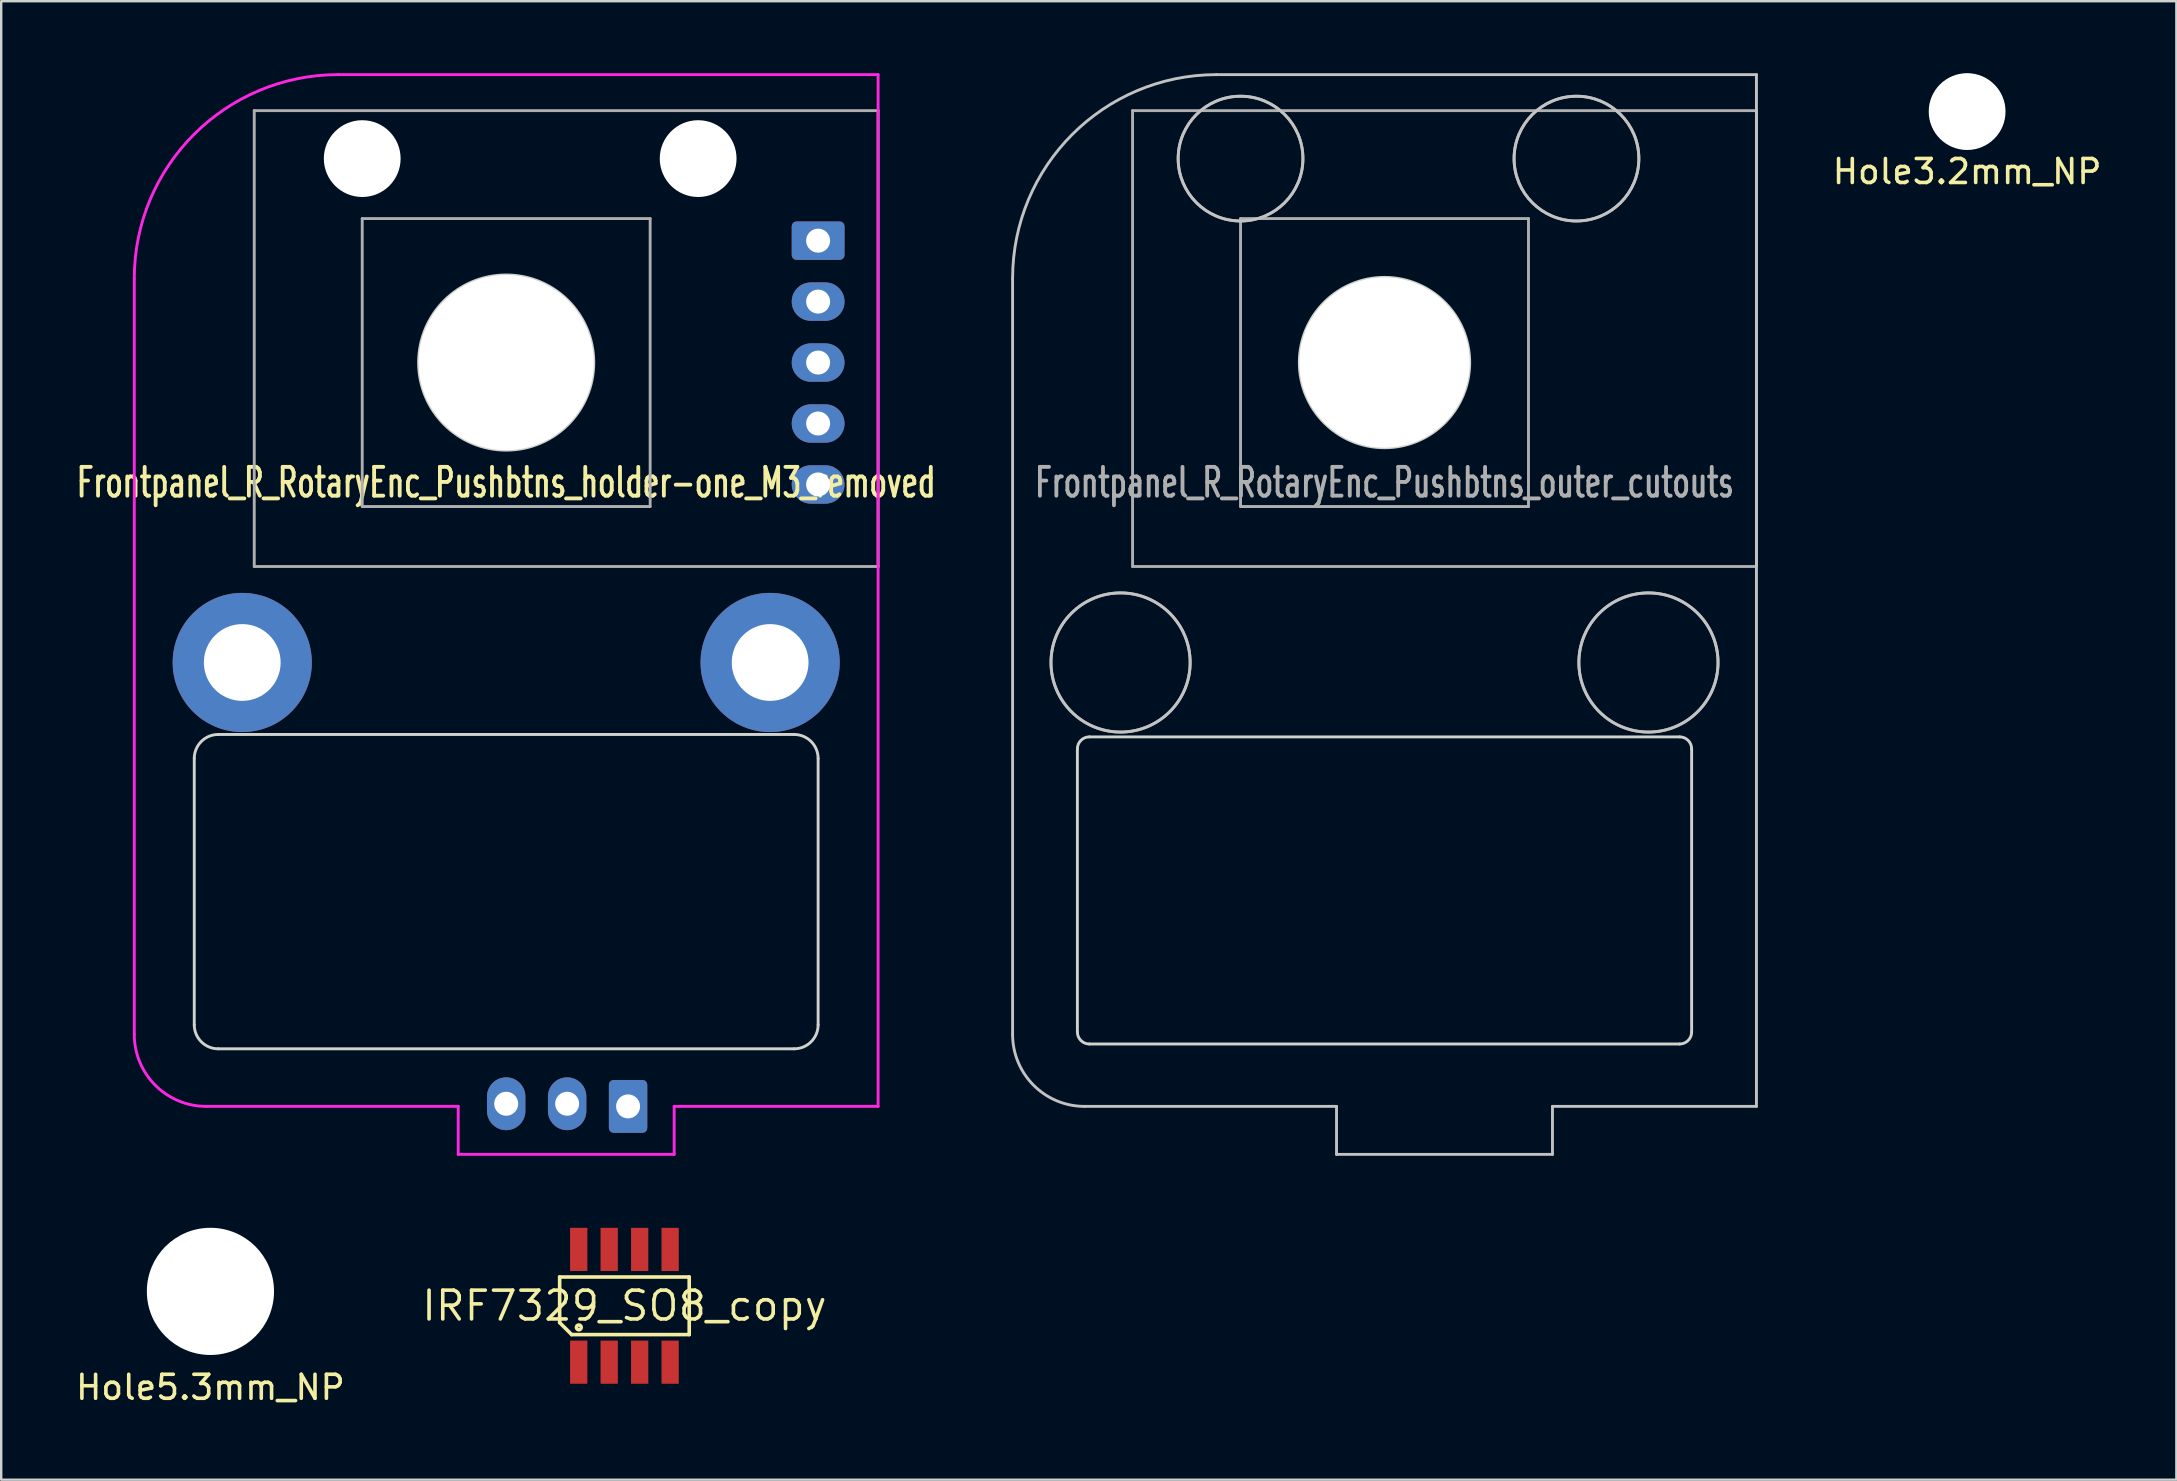
<source format=kicad_pcb>
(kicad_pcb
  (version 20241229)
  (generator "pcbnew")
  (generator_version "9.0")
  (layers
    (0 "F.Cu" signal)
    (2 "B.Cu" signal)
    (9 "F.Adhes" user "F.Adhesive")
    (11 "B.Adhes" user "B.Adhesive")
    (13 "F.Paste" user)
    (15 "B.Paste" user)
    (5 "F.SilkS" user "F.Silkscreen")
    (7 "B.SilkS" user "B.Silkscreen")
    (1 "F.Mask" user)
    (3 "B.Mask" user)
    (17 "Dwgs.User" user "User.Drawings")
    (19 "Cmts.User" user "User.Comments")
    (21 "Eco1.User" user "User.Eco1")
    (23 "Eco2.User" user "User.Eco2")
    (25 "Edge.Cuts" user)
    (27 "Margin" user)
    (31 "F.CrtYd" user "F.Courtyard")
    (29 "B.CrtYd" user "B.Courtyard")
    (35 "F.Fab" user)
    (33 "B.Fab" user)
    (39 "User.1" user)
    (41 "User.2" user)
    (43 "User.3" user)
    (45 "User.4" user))
  (footprint "Frontpanel_R_RotaryEnc_Pushbtns_holder-one_M3_removed"
    (layer "F.Cu")
    (at 18.046 12.06)
    (property "Reference" "Frontpanel_R_RotaryEnc_Pushbtns_holder-one_M3_removed" (at 0 5 0) (layer "F.SilkS") (effects (font (size 1.2 0.8) (thickness 0.16))))
    (attr through_hole)
    (fp_circle (center 0 0) (end 3.65 0) (stroke (width 0.12) (type solid)) (fill no) (layer "Eco1.User"))
    (fp_line (start -13 27.6) (end -13 16.5) (stroke (width 0.12) (type solid)) (layer "Edge.Cuts"))
    (fp_line (start -12 15.5) (end 12 15.5) (stroke (width 0.12) (type solid)) (layer "Edge.Cuts"))
    (fp_line (start 12 28.6) (end -12 28.6) (stroke (width 0.12) (type solid)) (layer "Edge.Cuts"))
    (fp_line (start 13 16.5) (end 13 27.6) (stroke (width 0.12) (type solid)) (layer "Edge.Cuts"))
    (fp_arc (start -13 16.5) (mid -12.707107 15.792893) (end -12 15.5) (stroke (width 0.12) (type solid)) (layer "Edge.Cuts"))
    (fp_arc (start -12 28.6) (mid -12.707107 28.307107) (end -13 27.6) (stroke (width 0.12) (type solid)) (layer "Edge.Cuts"))
    (fp_arc (start 12 15.5) (mid 12.707107 15.792893) (end 13 16.5) (stroke (width 0.12) (type solid)) (layer "Edge.Cuts"))
    (fp_arc (start 13 27.6) (mid 12.707107 28.307107) (end 12 28.6) (stroke (width 0.12) (type solid)) (layer "Edge.Cuts"))
    (fp_circle (center 0 0) (end 3.65 0) (stroke (width 0.12) (type solid)) (fill no) (layer "Edge.Cuts"))
    (fp_line (start -15.5 28) (end -15.5 -3.5) (stroke (width 0.12) (type solid)) (layer "F.CrtYd"))
    (fp_line (start -7 -12) (end 15.5 -12) (stroke (width 0.12) (type solid)) (layer "F.CrtYd"))
    (fp_line (start -2 31) (end -12.5 31) (stroke (width 0.12) (type solid)) (layer "F.CrtYd"))
    (fp_line (start -2 33) (end -2 31) (stroke (width 0.12) (type solid)) (layer "F.CrtYd"))
    (fp_line (start 7 31) (end 7 33) (stroke (width 0.12) (type solid)) (layer "F.CrtYd"))
    (fp_line (start 7 33) (end -2 33) (stroke (width 0.12) (type solid)) (layer "F.CrtYd"))
    (fp_line (start 15.5 -12) (end 15.5 31) (stroke (width 0.12) (type solid)) (layer "F.CrtYd"))
    (fp_line (start 15.5 31) (end 7 31) (stroke (width 0.12) (type solid)) (layer "F.CrtYd"))
    (fp_arc (start -15.5 -3.5) (mid -13.010408 -9.510408) (end -7 -12) (stroke (width 0.12) (type solid)) (layer "F.CrtYd"))
    (fp_arc (start -12.5 31) (mid -14.62132 30.12132) (end -15.5 28) (stroke (width 0.12) (type solid)) (layer "F.CrtYd"))
    (fp_line (start -10.5 -10.5) (end -10.5 8.5) (stroke (width 0.12) (type solid)) (layer "F.Fab"))
    (fp_line (start -10.5 -10.5) (end 15.5 -10.5) (stroke (width 0.12) (type solid)) (layer "F.Fab"))
    (fp_line (start -10.5 8.5) (end 15.5 8.5) (stroke (width 0.12) (type solid)) (layer "F.Fab"))
    (fp_line (start -6 -6) (end 6 -6) (stroke (width 0.12) (type solid)) (layer "F.Fab"))
    (fp_line (start -6 6) (end -6 -6) (stroke (width 0.12) (type solid)) (layer "F.Fab"))
    (fp_line (start 6 -6) (end 6 6) (stroke (width 0.12) (type solid)) (layer "F.Fab"))
    (fp_line (start 6 6) (end -6 6) (stroke (width 0.12) (type solid)) (layer "F.Fab"))
    (fp_line (start 15.5 -10.5) (end 15.5 8.5) (stroke (width 0.12) (type solid)) (layer "F.Fab"))
    (pad "" np_thru_hole circle (at -6 -8.5) (size 3.2 3.2) (drill 3.2) (layers "*.Cu" "*.Mask"))
    (pad "" np_thru_hole circle (at 0 0) (size 7.3 7.3) (drill 7.3) (layers "*.Cu" "*.Mask"))
    (pad "" np_thru_hole circle (at 8 -8.5) (size 3.2 3.2) (drill 3.2) (layers "*.Cu" "*.Mask"))
    (pad "1" thru_hole roundrect (at 13 -5.08) (size 2.2 1.6) (drill 1) (layers "*.Cu" "*.Mask") (roundrect_rratio 0.125))
    (pad "2" thru_hole oval (at 13 -2.54) (size 2.2 1.6) (drill 1) (layers "*.Cu" "*.Mask"))
    (pad "3" thru_hole oval (at 13 0) (size 2.2 1.6) (drill 1) (layers "*.Cu" "*.Mask"))
    (pad "4" thru_hole oval (at 13 2.54) (size 2.2 1.6) (drill 1) (layers "*.Cu" "*.Mask"))
    (pad "5" thru_hole oval (at 13 5.08) (size 2.2 1.6) (drill 1) (layers "*.Cu" "*.Mask"))
    (pad "6" thru_hole roundrect (at 5.08 31) (size 1.6 2.2) (drill 1) (layers "*.Cu" "*.Mask") (roundrect_rratio 0.125))
    (pad "7" thru_hole oval (at 2.54 30.89) (size 1.6 2.2) (drill 1) (layers "*.Cu" "*.Mask"))
    (pad "8" thru_hole oval (at 0 30.89) (size 1.6 2.2) (drill 1) (layers "*.Cu" "*.Mask"))
    (pad "9" thru_hole circle (at -11 12.5) (size 5.8 5.8) (drill 3.2) (layers "*.Cu" "*.Mask"))
    (pad "10" thru_hole circle (at 11 12.5) (size 5.8 5.8) (drill 3.2) (layers "*.Cu" "*.Mask")))
  (footprint "IRF7329_SO8_copy"
    (layer "F.Cu")
    (at 22.974 51.37)
    (property "Reference" "IRF7329_SO8_copy" (at 0 0 0) (layer "F.SilkS") (effects (font (size 1.2 1.2) (thickness 0.15))))
    (attr through_hole)
    (fp_line (start -2.7 -1.2) (end 2.7 -1.2) (stroke (width 0.15) (type solid)) (layer "F.SilkS"))
    (fp_line (start -2.7 0.7) (end -2.7 -1.2) (stroke (width 0.15) (type solid)) (layer "F.SilkS"))
    (fp_line (start -2.2 1.2) (end -2.7 0.7) (stroke (width 0.15) (type solid)) (layer "F.SilkS"))
    (fp_line (start 2.7 -1.2) (end 2.7 1.2) (stroke (width 0.15) (type solid)) (layer "F.SilkS"))
    (fp_line (start 2.7 1.2) (end -2.2 1.2) (stroke (width 0.15) (type solid)) (layer "F.SilkS"))
    (fp_circle (center -1.9 0.9) (end -1.8 0.9) (stroke (width 0.15) (type solid)) (fill no) (layer "F.SilkS"))
    (pad "1" smd rect (at -1.905 2.35) (size 0.72 1.8) (layers "F.Cu" "F.Mask" "F.Paste"))
    (pad "2" smd rect (at -0.635 2.35) (size 0.72 1.8) (layers "F.Cu" "F.Mask" "F.Paste"))
    (pad "3" smd rect (at 0.635 2.35) (size 0.72 1.8) (layers "F.Cu" "F.Mask" "F.Paste"))
    (pad "4" smd rect (at 1.905 2.35) (size 0.72 1.8) (layers "F.Cu" "F.Mask" "F.Paste"))
    (pad "5" smd rect (at 1.905 -2.35) (size 0.72 1.8) (layers "F.Cu" "F.Mask" "F.Paste"))
    (pad "6" smd rect (at 0.635 -2.35) (size 0.72 1.8) (layers "F.Cu" "F.Mask" "F.Paste"))
    (pad "7" smd rect (at -0.635 -2.35) (size 0.72 1.8) (layers "F.Cu" "F.Mask" "F.Paste"))
    (pad "8" smd rect (at -1.905 -2.35) (size 0.72 1.8) (layers "F.Cu" "F.Mask" "F.Paste")))
  (footprint "Hole3.2mm_NP"
    (layer "F.Cu")
    (at 78.932 1.6)
    (property "Reference" "Hole3.2mm_NP" (at 0 2.5 0) (layer "F.SilkS") (effects (font (size 1 1) (thickness 0.15))))
    (attr through_hole)
    (fp_circle (center 0 0) (end 1.5 0) (stroke (width 0.15) (type solid)) (fill no) (layer "B.CrtYd"))
    (fp_circle (center 0 0) (end 1.5 0) (stroke (width 0.15) (type solid)) (fill no) (layer "F.CrtYd"))
    (pad "" np_thru_hole circle (at 0 0) (size 3.2 3.2) (drill 3.2) (layers "*.Cu" "*.Mask")))
  (footprint "Frontpanel_R_RotaryEnc_Pushbtns_outer_cutouts"
    (layer "F.Cu")
    (at 54.651 12.06)
    (property "Reference" "Frontpanel_R_RotaryEnc_Pushbtns_outer_cutouts" (at 0 5 0) (layer "F.Fab") (effects (font (size 1.2 0.8) (thickness 0.16))))
    (attr through_hole)
    (fp_line (start -15.5 28) (end -15.5 -3.5) (stroke (width 0.12) (type solid)) (layer "Dwgs.User"))
    (fp_line (start -7 -12) (end 15.5 -12) (stroke (width 0.12) (type solid)) (layer "Dwgs.User"))
    (fp_line (start -2 31) (end -12.5 31) (stroke (width 0.12) (type solid)) (layer "Dwgs.User"))
    (fp_line (start -2 33) (end -2 31) (stroke (width 0.12) (type solid)) (layer "Dwgs.User"))
    (fp_line (start 7 31) (end 7 33) (stroke (width 0.12) (type solid)) (layer "Dwgs.User"))
    (fp_line (start 7 33) (end -2 33) (stroke (width 0.12) (type solid)) (layer "Dwgs.User"))
    (fp_line (start 15.5 -12) (end 15.5 31) (stroke (width 0.12) (type solid)) (layer "Dwgs.User"))
    (fp_line (start 15.5 31) (end 7 31) (stroke (width 0.12) (type solid)) (layer "Dwgs.User"))
    (fp_arc (start -15.5 -3.5) (mid -13.010408 -9.510408) (end -7 -12) (stroke (width 0.12) (type solid)) (layer "Dwgs.User"))
    (fp_arc (start -12.5 31) (mid -14.62132 30.12132) (end -15.5 28) (stroke (width 0.12) (type solid)) (layer "Dwgs.User"))
    (fp_circle (center -11 12.5) (end -8.1 12.5) (stroke (width 0.12) (type solid)) (fill no) (layer "Dwgs.User"))
    (fp_circle (center -6 -8.5) (end -3.4 -8.5) (stroke (width 0.12) (type solid)) (fill no) (layer "Dwgs.User"))
    (fp_circle (center 8 -8.5) (end 10.6 -8.5) (stroke (width 0.12) (type solid)) (fill no) (layer "Dwgs.User"))
    (fp_circle (center 11 12.5) (end 13.9 12.5) (stroke (width 0.12) (type solid)) (fill no) (layer "Dwgs.User"))
    (fp_line (start -12.8 27.9) (end -12.8 16.1) (stroke (width 0.12) (type solid)) (layer "Edge.Cuts"))
    (fp_line (start -12.3 15.6) (end 12.3 15.6) (stroke (width 0.12) (type solid)) (layer "Edge.Cuts"))
    (fp_line (start 12.3 28.4) (end -12.3 28.4) (stroke (width 0.12) (type solid)) (layer "Edge.Cuts"))
    (fp_line (start 12.8 16.1) (end 12.8 27.9) (stroke (width 0.12) (type solid)) (layer "Edge.Cuts"))
    (fp_arc (start -12.8 16.1) (mid -12.653553 15.746447) (end -12.3 15.6) (stroke (width 0.12) (type solid)) (layer "Edge.Cuts"))
    (fp_arc (start -12.3 28.4) (mid -12.653553 28.253553) (end -12.8 27.9) (stroke (width 0.12) (type solid)) (layer "Edge.Cuts"))
    (fp_arc (start 12.3 15.6) (mid 12.653553 15.746447) (end 12.8 16.1) (stroke (width 0.12) (type solid)) (layer "Edge.Cuts"))
    (fp_arc (start 12.8 27.9) (mid 12.653553 28.253553) (end 12.3 28.4) (stroke (width 0.12) (type solid)) (layer "Edge.Cuts"))
    (fp_circle (center 0 0) (end 3.55 0) (stroke (width 0.12) (type solid)) (fill no) (layer "Edge.Cuts"))
    (fp_line (start -10.5 -10.5) (end -10.5 8.5) (stroke (width 0.12) (type solid)) (layer "F.Fab"))
    (fp_line (start -10.5 -10.5) (end 15.5 -10.5) (stroke (width 0.12) (type solid)) (layer "F.Fab"))
    (fp_line (start -10.5 8.5) (end 15.5 8.5) (stroke (width 0.12) (type solid)) (layer "F.Fab"))
    (fp_line (start -6 -6) (end 6 -6) (stroke (width 0.12) (type solid)) (layer "F.Fab"))
    (fp_line (start -6 6) (end -6 -6) (stroke (width 0.12) (type solid)) (layer "F.Fab"))
    (fp_line (start 6 -6) (end 6 6) (stroke (width 0.12) (type solid)) (layer "F.Fab"))
    (fp_line (start 6 6) (end -6 6) (stroke (width 0.12) (type solid)) (layer "F.Fab"))
    (fp_line (start 15.5 -10.5) (end 15.5 8.5) (stroke (width 0.12) (type solid)) (layer "F.Fab"))
    (fp_circle (center -11 12.5) (end -8.1 12.5) (stroke (width 0.12) (type solid)) (fill no) (layer "F.Fab"))
    (fp_circle (center -6 -8.5) (end -3.4 -8.5) (stroke (width 0.12) (type solid)) (fill no) (layer "F.Fab"))
    (fp_circle (center 8 -8.5) (end 10.6 -8.5) (stroke (width 0.12) (type solid)) (fill no) (layer "F.Fab"))
    (fp_circle (center 11 12.5) (end 13.9 12.5) (stroke (width 0.12) (type solid)) (fill no) (layer "F.Fab"))
    (pad "" np_thru_hole circle (at 0 0) (size 7.1 7.1) (drill 7.1) (layers "*.Cu" "*.Mask")))
  (footprint "Hole5.3mm_NP"
    (layer "F.Cu")
    (at 5.72 50.77)
    (property "Reference" "Hole5.3mm_NP" (at 0 4 0) (layer "F.SilkS") (effects (font (size 1 1) (thickness 0.15))))
    (attr through_hole)
    (fp_circle (center 0 0) (end 1.5 0) (stroke (width 0.15) (type solid)) (fill no) (layer "B.CrtYd"))
    (fp_circle (center 0 0) (end 1.5 0) (stroke (width 0.15) (type solid)) (fill no) (layer "F.CrtYd"))
    (pad "" np_thru_hole circle (at 0 0) (size 5.3 5.3) (drill 5.3) (layers "*.Cu" "*.Mask")))
  (gr_rect
    (start -3 -3)
    (end 87.652 58.618)
    (stroke (width 0.1) (type default))
    (fill no)
    (layer "Edge.Cuts")))
</source>
